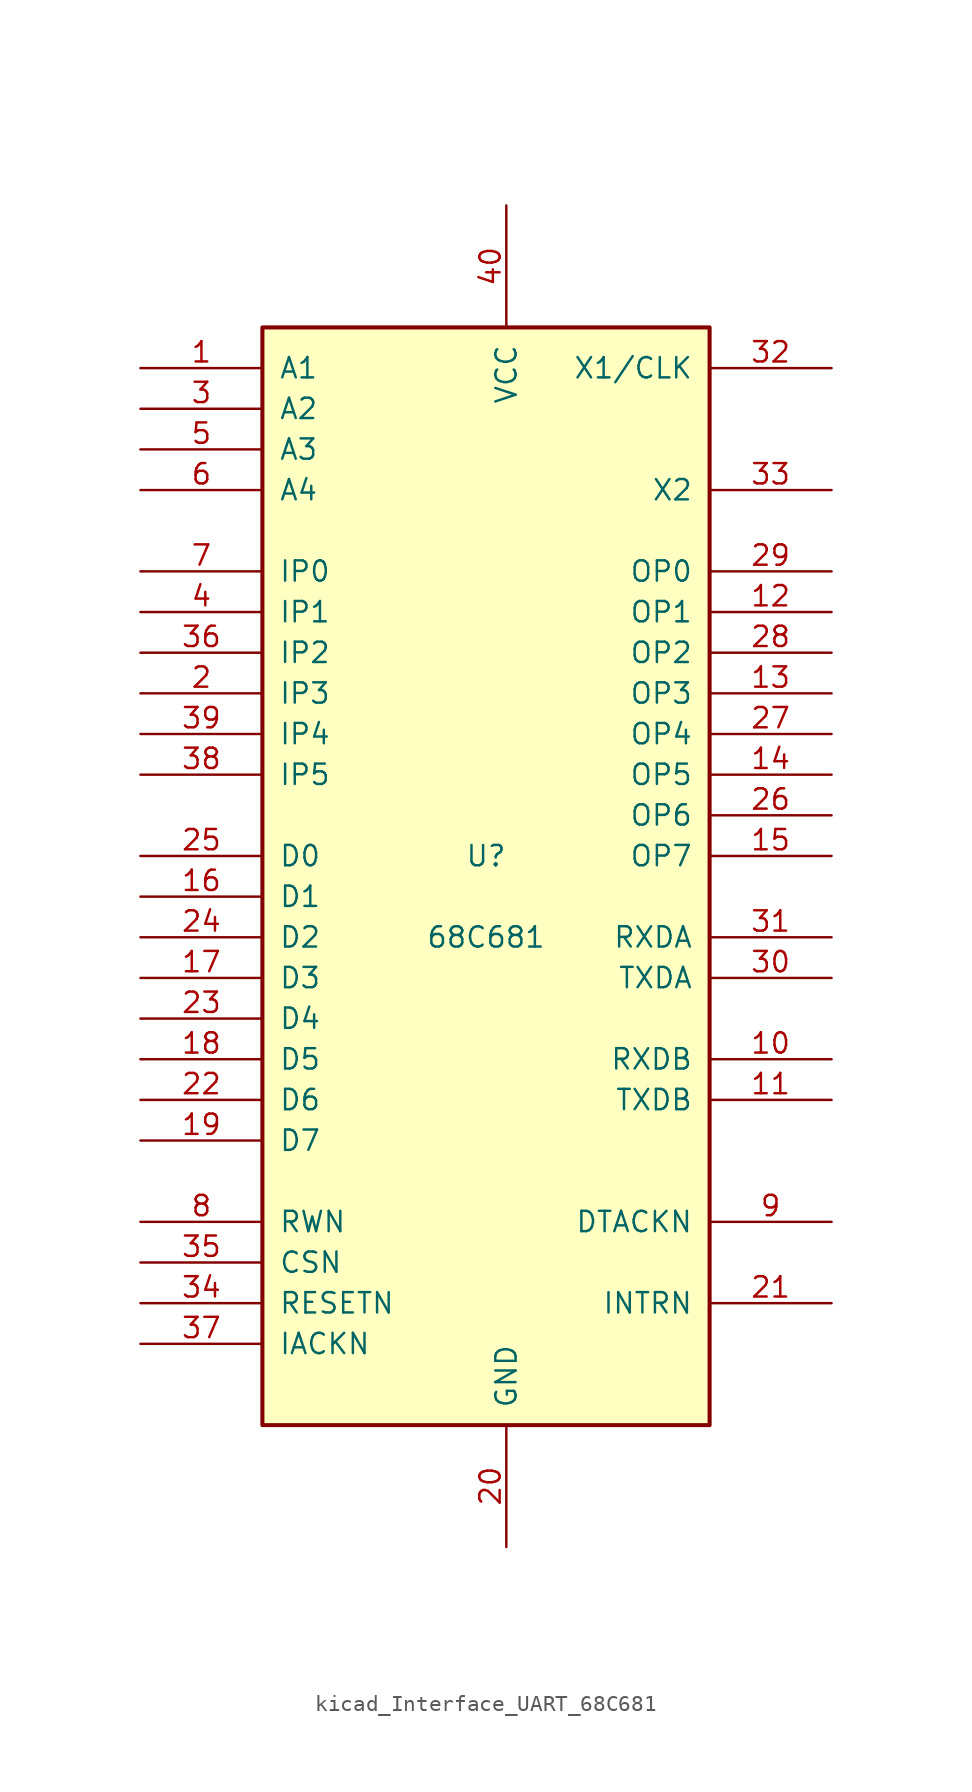
<source format=kicad_sym>
(kicad_symbol_lib
  (version 20220914)
  (generator kicad_symbol_editor)
  (symbol "kicad_Interface_UART_68C681"
    (pin_names
      (offset 1.016))
    (property "Reference" "U"
      (at -1.27 2.54 0)
      (effects (font (size 1.27 1.27))))
    (property "Value" "68C681"
      (at -1.27 -2.54 0)
      (effects (font (size 1.27 1.27))))
    (symbol "kicad_Interface_UART_68C681_0_1"
      (rectangle (start -15.24 -33.02) (end 12.7 35.56) (stroke (width 0.254) (type default)) (fill (type background))))
    (symbol "kicad_Interface_UART_68C681_1_1"
      (pin input line (at -22.86 33.02 0) (length 7.62) (name "A1" (effects (font (size 1.27 1.27)))) (number "1" (effects (font (size 1.27 1.27)))))
      (pin input line (at 20.32 -10.16 180) (length 7.62) (name "RXDB" (effects (font (size 1.27 1.27)))) (number "10" (effects (font (size 1.27 1.27)))))
      (pin output line (at 20.32 -12.7 180) (length 7.62) (name "TXDB" (effects (font (size 1.27 1.27)))) (number "11" (effects (font (size 1.27 1.27)))))
      (pin output line (at 20.32 17.78 180) (length 7.62) (name "OP1" (effects (font (size 1.27 1.27)))) (number "12" (effects (font (size 1.27 1.27)))))
      (pin output line (at 20.32 12.7 180) (length 7.62) (name "OP3" (effects (font (size 1.27 1.27)))) (number "13" (effects (font (size 1.27 1.27)))))
      (pin output line (at 20.32 7.62 180) (length 7.62) (name "OP5" (effects (font (size 1.27 1.27)))) (number "14" (effects (font (size 1.27 1.27)))))
      (pin output line (at 20.32 2.54 180) (length 7.62) (name "OP7" (effects (font (size 1.27 1.27)))) (number "15" (effects (font (size 1.27 1.27)))))
      (pin input line (at -22.86 0 0) (length 7.62) (name "D1" (effects (font (size 1.27 1.27)))) (number "16" (effects (font (size 1.27 1.27)))))
      (pin input line (at -22.86 -5.08 0) (length 7.62) (name "D3" (effects (font (size 1.27 1.27)))) (number "17" (effects (font (size 1.27 1.27)))))
      (pin input line (at -22.86 -10.16 0) (length 7.62) (name "D5" (effects (font (size 1.27 1.27)))) (number "18" (effects (font (size 1.27 1.27)))))
      (pin input line (at -22.86 -15.24 0) (length 7.62) (name "D7" (effects (font (size 1.27 1.27)))) (number "19" (effects (font (size 1.27 1.27)))))
      (pin input line (at -22.86 12.7 0) (length 7.62) (name "IP3" (effects (font (size 1.27 1.27)))) (number "2" (effects (font (size 1.27 1.27)))))
      (pin power_in line (at 0 -40.64 90) (length 7.62) (name "GND" (effects (font (size 1.27 1.27)))) (number "20" (effects (font (size 1.27 1.27)))))
      (pin output line (at 20.32 -25.4 180) (length 7.62) (name "INTRN" (effects (font (size 1.27 1.27)))) (number "21" (effects (font (size 1.27 1.27)))))
      (pin input line (at -22.86 -12.7 0) (length 7.62) (name "D6" (effects (font (size 1.27 1.27)))) (number "22" (effects (font (size 1.27 1.27)))))
      (pin input line (at -22.86 -7.62 0) (length 7.62) (name "D4" (effects (font (size 1.27 1.27)))) (number "23" (effects (font (size 1.27 1.27)))))
      (pin input line (at -22.86 -2.54 0) (length 7.62) (name "D2" (effects (font (size 1.27 1.27)))) (number "24" (effects (font (size 1.27 1.27)))))
      (pin input line (at -22.86 2.54 0) (length 7.62) (name "D0" (effects (font (size 1.27 1.27)))) (number "25" (effects (font (size 1.27 1.27)))))
      (pin output line (at 20.32 5.08 180) (length 7.62) (name "OP6" (effects (font (size 1.27 1.27)))) (number "26" (effects (font (size 1.27 1.27)))))
      (pin output line (at 20.32 10.16 180) (length 7.62) (name "OP4" (effects (font (size 1.27 1.27)))) (number "27" (effects (font (size 1.27 1.27)))))
      (pin output line (at 20.32 15.24 180) (length 7.62) (name "OP2" (effects (font (size 1.27 1.27)))) (number "28" (effects (font (size 1.27 1.27)))))
      (pin output line (at 20.32 20.32 180) (length 7.62) (name "OP0" (effects (font (size 1.27 1.27)))) (number "29" (effects (font (size 1.27 1.27)))))
      (pin input line (at -22.86 30.48 0) (length 7.62) (name "A2" (effects (font (size 1.27 1.27)))) (number "3" (effects (font (size 1.27 1.27)))))
      (pin output line (at 20.32 -5.08 180) (length 7.62) (name "TXDA" (effects (font (size 1.27 1.27)))) (number "30" (effects (font (size 1.27 1.27)))))
      (pin input line (at 20.32 -2.54 180) (length 7.62) (name "RXDA" (effects (font (size 1.27 1.27)))) (number "31" (effects (font (size 1.27 1.27)))))
      (pin input line (at 20.32 33.02 180) (length 7.62) (name "X1/CLK" (effects (font (size 1.27 1.27)))) (number "32" (effects (font (size 1.27 1.27)))))
      (pin output line (at 20.32 25.4 180) (length 7.62) (name "X2" (effects (font (size 1.27 1.27)))) (number "33" (effects (font (size 1.27 1.27)))))
      (pin input line (at -22.86 -25.4 0) (length 7.62) (name "RESETN" (effects (font (size 1.27 1.27)))) (number "34" (effects (font (size 1.27 1.27)))))
      (pin input line (at -22.86 -22.86 0) (length 7.62) (name "CSN" (effects (font (size 1.27 1.27)))) (number "35" (effects (font (size 1.27 1.27)))))
      (pin input line (at -22.86 15.24 0) (length 7.62) (name "IP2" (effects (font (size 1.27 1.27)))) (number "36" (effects (font (size 1.27 1.27)))))
      (pin input line (at -22.86 -27.94 0) (length 7.62) (name "IACKN" (effects (font (size 1.27 1.27)))) (number "37" (effects (font (size 1.27 1.27)))))
      (pin input line (at -22.86 7.62 0) (length 7.62) (name "IP5" (effects (font (size 1.27 1.27)))) (number "38" (effects (font (size 1.27 1.27)))))
      (pin input line (at -22.86 10.16 0) (length 7.62) (name "IP4" (effects (font (size 1.27 1.27)))) (number "39" (effects (font (size 1.27 1.27)))))
      (pin input line (at -22.86 17.78 0) (length 7.62) (name "IP1" (effects (font (size 1.27 1.27)))) (number "4" (effects (font (size 1.27 1.27)))))
      (pin power_in line (at 0 43.18 270) (length 7.62) (name "VCC" (effects (font (size 1.27 1.27)))) (number "40" (effects (font (size 1.27 1.27)))))
      (pin input line (at -22.86 27.94 0) (length 7.62) (name "A3" (effects (font (size 1.27 1.27)))) (number "5" (effects (font (size 1.27 1.27)))))
      (pin input line (at -22.86 25.4 0) (length 7.62) (name "A4" (effects (font (size 1.27 1.27)))) (number "6" (effects (font (size 1.27 1.27)))))
      (pin input line (at -22.86 20.32 0) (length 7.62) (name "IP0" (effects (font (size 1.27 1.27)))) (number "7" (effects (font (size 1.27 1.27)))))
      (pin input line (at -22.86 -20.32 0) (length 7.62) (name "RWN" (effects (font (size 1.27 1.27)))) (number "8" (effects (font (size 1.27 1.27)))))
      (pin output line (at 20.32 -20.32 180) (length 7.62) (name "DTACKN" (effects (font (size 1.27 1.27)))) (number "9" (effects (font (size 1.27 1.27))))))))
</source>
